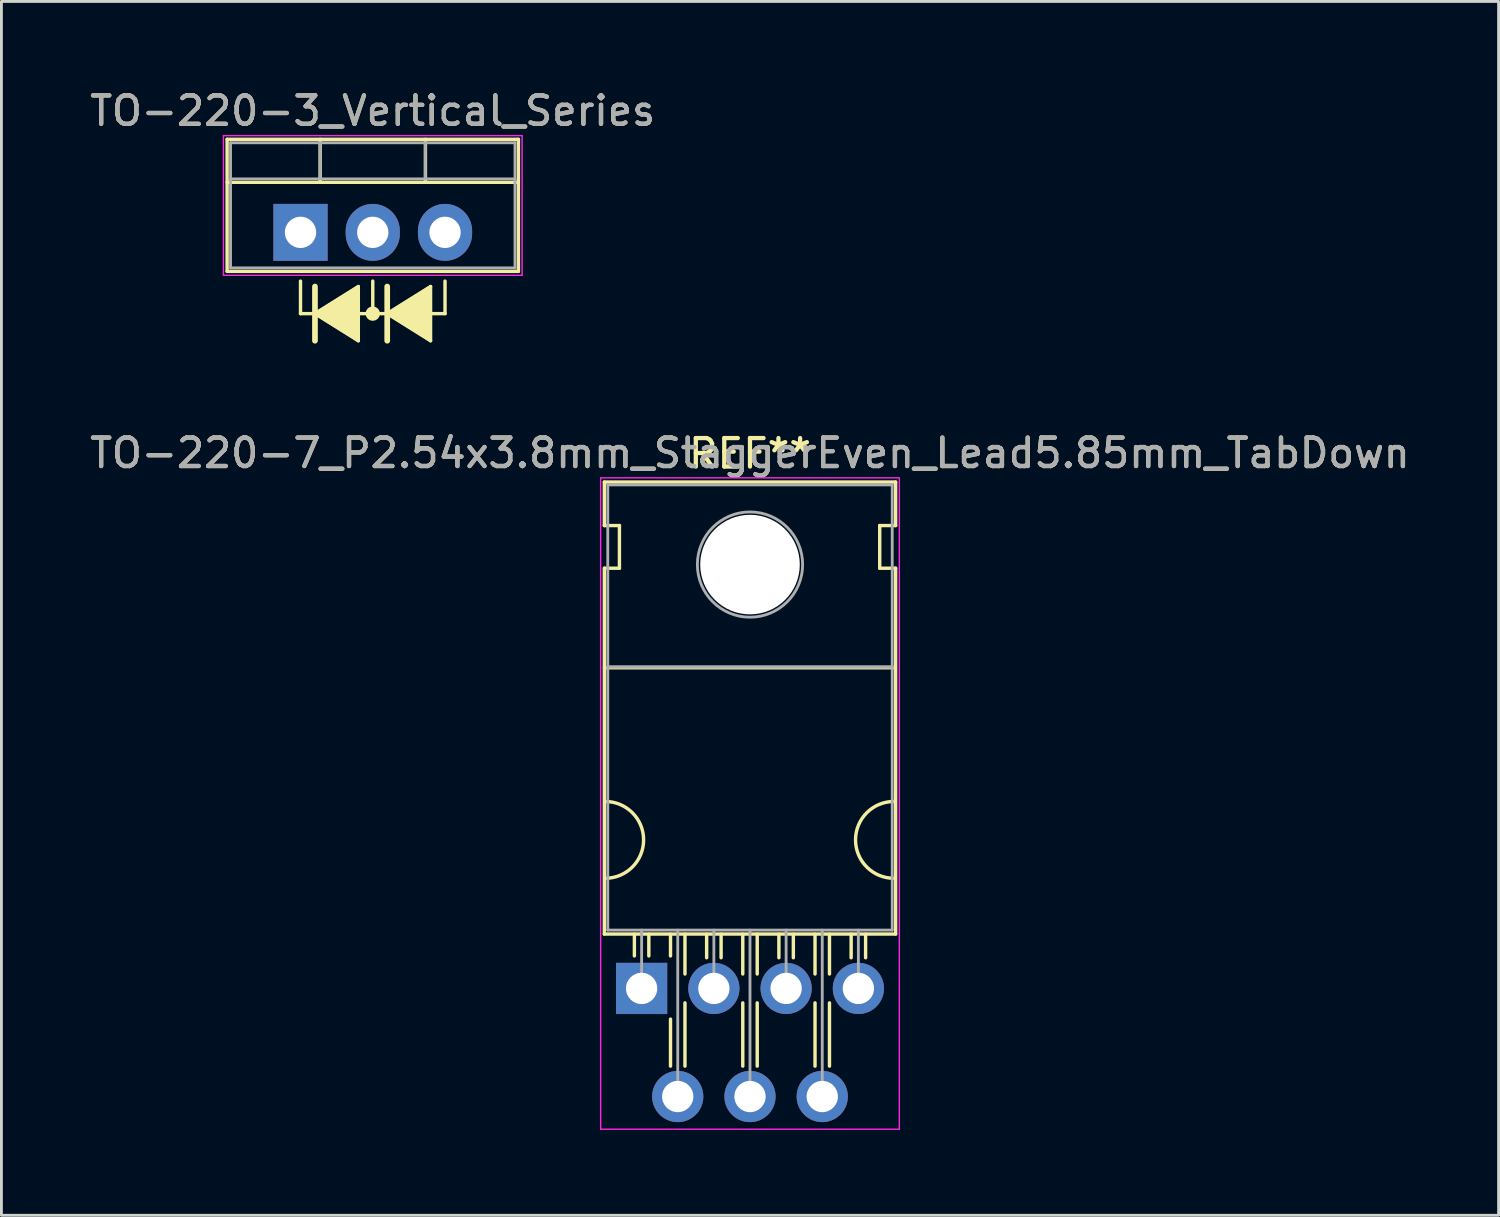
<source format=kicad_pcb>
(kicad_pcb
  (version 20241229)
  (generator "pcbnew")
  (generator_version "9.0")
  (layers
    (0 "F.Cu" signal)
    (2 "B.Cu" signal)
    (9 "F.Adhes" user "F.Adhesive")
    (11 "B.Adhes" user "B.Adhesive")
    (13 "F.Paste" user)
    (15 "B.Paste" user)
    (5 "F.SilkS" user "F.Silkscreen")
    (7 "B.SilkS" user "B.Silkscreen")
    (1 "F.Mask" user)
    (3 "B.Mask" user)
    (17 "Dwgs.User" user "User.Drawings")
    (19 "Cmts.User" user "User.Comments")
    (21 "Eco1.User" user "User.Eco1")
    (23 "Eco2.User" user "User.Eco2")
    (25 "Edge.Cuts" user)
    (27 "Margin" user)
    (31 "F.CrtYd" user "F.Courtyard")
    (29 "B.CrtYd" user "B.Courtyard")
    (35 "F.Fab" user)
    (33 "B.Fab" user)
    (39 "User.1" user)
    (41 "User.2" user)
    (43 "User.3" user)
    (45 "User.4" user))
  (footprint "TO-220-7_P2.54x3.8mm_StaggerEven_Lead5.85mm_TabDown"
    (layer "F.Cu")
    (at 19.505 31.697)
    (property "Reference" "TO-220-7_P2.54x3.8mm_StaggerEven_Lead5.85mm_TabDown" (at 3.81 -18.82 0) (layer "F.SilkS") (effects (font (size 1 1) (thickness 0.15))))
    (attr through_hole)
    (fp_line (start -1.31 -17.802) (end -1.31 -16.272) (stroke (width 0.12) (type solid)) (layer "F.SilkS"))
    (fp_line (start -1.31 -17.802) (end 8.93 -17.802) (stroke (width 0.12) (type solid)) (layer "F.SilkS"))
    (fp_line (start -1.31 -16.272) (end -0.78 -16.272) (stroke (width 0.12) (type solid)) (layer "F.SilkS"))
    (fp_line (start -1.31 -14.772) (end -1.31 -1.912) (stroke (width 0.12) (type solid)) (layer "F.SilkS"))
    (fp_line (start -1.31 -1.912) (end 8.93 -1.912) (stroke (width 0.12) (type solid)) (layer "F.SilkS"))
    (fp_line (start -1.305 -11.272) (end 8.92 -11.272) (stroke (width 0.12) (type solid)) (layer "F.SilkS"))
    (fp_line (start -0.78 -16.272) (end -0.78 -14.772) (stroke (width 0.12) (type solid)) (layer "F.SilkS"))
    (fp_line (start -0.78 -14.772) (end -1.305 -14.772) (stroke (width 0.12) (type solid)) (layer "F.SilkS"))
    (fp_line (start -0.254 -1.905) (end -0.254 -1.143) (stroke (width 0.12) (type solid)) (layer "F.SilkS"))
    (fp_line (start 0.254 -1.143) (end 0.254 -1.905) (stroke (width 0.12) (type solid)) (layer "F.SilkS"))
    (fp_line (start 1.016 -1.905) (end 1.016 -1.143) (stroke (width 0.12) (type solid)) (layer "F.SilkS"))
    (fp_line (start 1.016 1.079) (end 1.016 2.731) (stroke (width 0.12) (type solid)) (layer "F.SilkS"))
    (fp_line (start 1.524 -0.508) (end 1.524 -1.905) (stroke (width 0.12) (type solid)) (layer "F.SilkS"))
    (fp_line (start 1.524 2.731) (end 1.524 0.508) (stroke (width 0.12) (type solid)) (layer "F.SilkS"))
    (fp_line (start 2.286 -1.905) (end 2.286 -1.079) (stroke (width 0.12) (type solid)) (layer "F.SilkS"))
    (fp_line (start 2.794 -1.079) (end 2.794 -1.905) (stroke (width 0.12) (type solid)) (layer "F.SilkS"))
    (fp_line (start 3.556 -1.905) (end 3.556 -0.508) (stroke (width 0.12) (type solid)) (layer "F.SilkS"))
    (fp_line (start 3.556 0.508) (end 3.556 2.731) (stroke (width 0.12) (type solid)) (layer "F.SilkS"))
    (fp_line (start 4.064 -0.508) (end 4.064 -1.905) (stroke (width 0.12) (type solid)) (layer "F.SilkS"))
    (fp_line (start 4.064 2.731) (end 4.064 0.508) (stroke (width 0.12) (type solid)) (layer "F.SilkS"))
    (fp_line (start 4.826 -1.905) (end 4.826 -1.079) (stroke (width 0.12) (type solid)) (layer "F.SilkS"))
    (fp_line (start 5.334 -1.079) (end 5.334 -1.905) (stroke (width 0.12) (type solid)) (layer "F.SilkS"))
    (fp_line (start 6.096 -1.905) (end 6.096 -0.508) (stroke (width 0.12) (type solid)) (layer "F.SilkS"))
    (fp_line (start 6.096 0.508) (end 6.096 2.731) (stroke (width 0.12) (type solid)) (layer "F.SilkS"))
    (fp_line (start 6.604 -0.508) (end 6.604 -1.905) (stroke (width 0.12) (type solid)) (layer "F.SilkS"))
    (fp_line (start 6.604 2.731) (end 6.604 0.508) (stroke (width 0.12) (type solid)) (layer "F.SilkS"))
    (fp_line (start 7.366 -1.905) (end 7.366 -1.079) (stroke (width 0.12) (type solid)) (layer "F.SilkS"))
    (fp_line (start 7.874 -1.079) (end 7.874 -1.905) (stroke (width 0.12) (type solid)) (layer "F.SilkS"))
    (fp_line (start 8.37 -16.272) (end 8.93 -16.272) (stroke (width 0.12) (type solid)) (layer "F.SilkS"))
    (fp_line (start 8.37 -14.772) (end 8.37 -16.272) (stroke (width 0.12) (type solid)) (layer "F.SilkS"))
    (fp_line (start 8.93 -17.802) (end 8.93 -16.272) (stroke (width 0.12) (type solid)) (layer "F.SilkS"))
    (fp_line (start 8.93 -14.772) (end 8.37 -14.772) (stroke (width 0.12) (type solid)) (layer "F.SilkS"))
    (fp_line (start 8.93 -14.772) (end 8.93 -1.912) (stroke (width 0.12) (type solid)) (layer "F.SilkS"))
    (fp_arc (start -1.28 -6.572) (mid 0.07 -5.222) (end -1.28 -3.872) (stroke (width 0.12) (type solid)) (layer "F.SilkS"))
    (fp_arc (start 8.87 -3.872) (mid 7.52 -5.222) (end 8.87 -6.572) (stroke (width 0.12) (type solid)) (layer "F.SilkS"))
    (fp_line (start -1.44 -17.95) (end -1.44 4.95) (stroke (width 0.05) (type solid)) (layer "F.CrtYd"))
    (fp_line (start -1.44 4.95) (end 9.06 4.95) (stroke (width 0.05) (type solid)) (layer "F.CrtYd"))
    (fp_line (start 9.06 -17.95) (end -1.44 -17.95) (stroke (width 0.05) (type solid)) (layer "F.CrtYd"))
    (fp_line (start 9.06 4.95) (end 9.06 -17.95) (stroke (width 0.05) (type solid)) (layer "F.CrtYd"))
    (fp_line (start -1.19 -17.7) (end 8.81 -17.7) (stroke (width 0.1) (type solid)) (layer "F.Fab"))
    (fp_line (start -1.19 -11.3) (end -1.19 -17.7) (stroke (width 0.1) (type solid)) (layer "F.Fab"))
    (fp_line (start -1.19 -11.3) (end 8.81 -11.3) (stroke (width 0.1) (type solid)) (layer "F.Fab"))
    (fp_line (start -1.19 -2.05) (end -1.19 -11.3) (stroke (width 0.1) (type solid)) (layer "F.Fab"))
    (fp_line (start 0 -2.05) (end 0 0) (stroke (width 0.1) (type solid)) (layer "F.Fab"))
    (fp_line (start 1.27 -2.05) (end 1.27 3.8) (stroke (width 0.1) (type solid)) (layer "F.Fab"))
    (fp_line (start 2.54 -2.05) (end 2.54 0) (stroke (width 0.1) (type solid)) (layer "F.Fab"))
    (fp_line (start 3.81 -2.05) (end 3.81 3.8) (stroke (width 0.1) (type solid)) (layer "F.Fab"))
    (fp_line (start 5.08 -2.05) (end 5.08 0) (stroke (width 0.1) (type solid)) (layer "F.Fab"))
    (fp_line (start 6.35 -2.05) (end 6.35 3.8) (stroke (width 0.1) (type solid)) (layer "F.Fab"))
    (fp_line (start 7.62 -2.05) (end 7.62 0) (stroke (width 0.1) (type solid)) (layer "F.Fab"))
    (fp_line (start 8.81 -17.7) (end 8.81 -11.3) (stroke (width 0.1) (type solid)) (layer "F.Fab"))
    (fp_line (start 8.81 -11.3) (end -1.19 -11.3) (stroke (width 0.1) (type solid)) (layer "F.Fab"))
    (fp_line (start 8.81 -11.3) (end 8.81 -2.05) (stroke (width 0.1) (type solid)) (layer "F.Fab"))
    (fp_line (start 8.81 -2.05) (end -1.19 -2.05) (stroke (width 0.1) (type solid)) (layer "F.Fab"))
    (fp_circle (center 3.81 -14.9) (end 5.66 -14.9) (stroke (width 0.1) (type solid)) (fill no) (layer "F.Fab"))
    (fp_text user "REF**" (at 3.81 -18.802 0) (layer "F.SilkS") (effects (font (size 1 1) (thickness 0.15))))
    (fp_text user "${REFERENCE}" (at 3.81 -18.82 0) (layer "F.Fab") (effects (font (size 1 1) (thickness 0.15))))
    (pad "" np_thru_hole oval (at 3.81 -14.9) (size 3.5 3.5) (drill 3.5) (layers "*.Cu" "*.Mask"))
    (pad "1" thru_hole rect (at 0 0) (size 1.8 1.8) (drill 1.1) (layers "*.Cu" "*.Mask"))
    (pad "2" thru_hole oval (at 1.27 3.8) (size 1.8 1.8) (drill 1.1) (layers "*.Cu" "*.Mask"))
    (pad "3" thru_hole oval (at 2.54 0) (size 1.8 1.8) (drill 1.1) (layers "*.Cu" "*.Mask"))
    (pad "4" thru_hole oval (at 3.81 3.8) (size 1.8 1.8) (drill 1.1) (layers "*.Cu" "*.Mask"))
    (pad "5" thru_hole oval (at 5.08 0) (size 1.8 1.8) (drill 1.1) (layers "*.Cu" "*.Mask"))
    (pad "6" thru_hole oval (at 6.35 3.8) (size 1.8 1.8) (drill 1.1) (layers "*.Cu" "*.Mask"))
    (pad "7" thru_hole oval (at 7.62 0) (size 1.8 1.8) (drill 1.1) (layers "*.Cu" "*.Mask")))
  (footprint "TO-220-3_Vertical_Series"
    (layer "F.Cu")
    (at 7.514 5.118)
    (property "Reference" "TO-220-3_Vertical_Series" (at 2.54 -4.27 0) (layer "F.SilkS") (effects (font (size 1 1) (thickness 0.15))))
    (attr through_hole)
    (fp_line (start -2.58 -3.27) (end -2.58 1.371) (stroke (width 0.12) (type solid)) (layer "F.SilkS"))
    (fp_line (start -2.58 -3.27) (end 7.66 -3.27) (stroke (width 0.12) (type solid)) (layer "F.SilkS"))
    (fp_line (start -2.58 -1.76) (end 7.66 -1.76) (stroke (width 0.12) (type solid)) (layer "F.SilkS"))
    (fp_line (start -2.58 1.371) (end 7.66 1.371) (stroke (width 0.12) (type solid)) (layer "F.SilkS"))
    (fp_line (start 0 1.714) (end 0 2.857) (stroke (width 0.12) (type solid)) (layer "F.SilkS"))
    (fp_line (start 0 2.857) (end 0.508 2.857) (stroke (width 0.12) (type solid)) (layer "F.SilkS"))
    (fp_line (start 0.508 1.905) (end 0.508 3.81) (stroke (width 0.2) (type solid)) (layer "F.SilkS"))
    (fp_line (start 0.508 2.857) (end 2.032 1.905) (stroke (width 0.12) (type solid)) (layer "F.SilkS"))
    (fp_line (start 0.508 2.857) (end 2.032 3.81) (stroke (width 0.12) (type solid)) (layer "F.SilkS"))
    (fp_line (start 0.69 -3.27) (end 0.69 -1.76) (stroke (width 0.12) (type solid)) (layer "F.SilkS"))
    (fp_line (start 2.032 2.095) (end 2.032 1.905) (stroke (width 0.12) (type solid)) (layer "F.SilkS"))
    (fp_line (start 2.032 3.619) (end 2.032 2.095) (stroke (width 0.12) (type solid)) (layer "F.SilkS"))
    (fp_line (start 2.032 3.619) (end 2.032 3.81) (stroke (width 0.12) (type solid)) (layer "F.SilkS"))
    (fp_line (start 2.54 1.714) (end 2.54 2.857) (stroke (width 0.12) (type solid)) (layer "F.SilkS"))
    (fp_line (start 2.54 2.857) (end 2.032 2.857) (stroke (width 0.12) (type solid)) (layer "F.SilkS"))
    (fp_line (start 2.54 2.857) (end 3.048 2.857) (stroke (width 0.12) (type solid)) (layer "F.SilkS"))
    (fp_line (start 3.048 1.905) (end 3.048 3.81) (stroke (width 0.2) (type solid)) (layer "F.SilkS"))
    (fp_line (start 3.048 2.857) (end 4.572 3.81) (stroke (width 0.12) (type solid)) (layer "F.SilkS"))
    (fp_line (start 4.391 -3.27) (end 4.391 -1.76) (stroke (width 0.12) (type solid)) (layer "F.SilkS"))
    (fp_line (start 4.572 1.905) (end 3.048 2.857) (stroke (width 0.12) (type solid)) (layer "F.SilkS"))
    (fp_line (start 4.572 3.81) (end 4.572 1.905) (stroke (width 0.12) (type solid)) (layer "F.SilkS"))
    (fp_line (start 5.08 1.714) (end 5.08 2.857) (stroke (width 0.12) (type solid)) (layer "F.SilkS"))
    (fp_line (start 5.08 2.857) (end 4.572 2.857) (stroke (width 0.12) (type solid)) (layer "F.SilkS"))
    (fp_line (start 7.66 -3.27) (end 7.66 1.371) (stroke (width 0.12) (type solid)) (layer "F.SilkS"))
    (fp_circle (center 2.54 2.857) (end 2.54 2.921) (stroke (width 0.12) (type solid)) (fill no) (layer "F.SilkS"))
    (fp_circle (center 2.54 2.857) (end 2.54 2.985) (stroke (width 0.12) (type solid)) (fill no) (layer "F.SilkS"))
    (fp_circle (center 2.54 2.857) (end 2.54 3.048) (stroke (width 0.12) (type solid)) (fill no) (layer "F.SilkS"))
    (fp_poly (pts (xy 0.508 2.857) (xy 2.032 1.905) (xy 2.032 3.81)) (stroke (width 0.1) (type solid)) (fill yes) (layer "F.SilkS"))
    (fp_poly (pts (xy 4.572 3.81) (xy 3.048 2.857) (xy 4.572 1.905)) (stroke (width 0.1) (type solid)) (fill yes) (layer "F.SilkS"))
    (fp_line (start -2.71 -3.4) (end -2.71 1.51) (stroke (width 0.05) (type solid)) (layer "F.CrtYd"))
    (fp_line (start -2.71 1.51) (end 7.79 1.51) (stroke (width 0.05) (type solid)) (layer "F.CrtYd"))
    (fp_line (start 7.79 -3.4) (end -2.71 -3.4) (stroke (width 0.05) (type solid)) (layer "F.CrtYd"))
    (fp_line (start 7.79 1.51) (end 7.79 -3.4) (stroke (width 0.05) (type solid)) (layer "F.CrtYd"))
    (fp_line (start -2.46 -3.15) (end -2.46 1.25) (stroke (width 0.1) (type solid)) (layer "F.Fab"))
    (fp_line (start -2.46 -1.88) (end 7.54 -1.88) (stroke (width 0.1) (type solid)) (layer "F.Fab"))
    (fp_line (start -2.46 1.25) (end 7.54 1.25) (stroke (width 0.1) (type solid)) (layer "F.Fab"))
    (fp_line (start 0.69 -3.15) (end 0.69 -1.88) (stroke (width 0.1) (type solid)) (layer "F.Fab"))
    (fp_line (start 4.39 -3.15) (end 4.39 -1.88) (stroke (width 0.1) (type solid)) (layer "F.Fab"))
    (fp_line (start 7.54 -3.15) (end -2.46 -3.15) (stroke (width 0.1) (type solid)) (layer "F.Fab"))
    (fp_line (start 7.54 1.25) (end 7.54 -3.15) (stroke (width 0.1) (type solid)) (layer "F.Fab"))
    (fp_text user "${REFERENCE}" (at 2.54 -4.27 0) (layer "F.Fab") (effects (font (size 1 1) (thickness 0.15))))
    (pad "1" thru_hole rect (at 0 0) (size 1.905 2) (drill 1.1) (layers "*.Cu" "*.Mask"))
    (pad "2" thru_hole oval (at 2.54 0) (size 1.905 2) (drill 1.1) (layers "*.Cu" "*.Mask"))
    (pad "3" thru_hole oval (at 5.08 0) (size 1.905 2) (drill 1.1) (layers "*.Cu" "*.Mask")))
  (gr_rect
    (start -3 -3)
    (end 49.631 39.672)
    (stroke (width 0.1) (type default))
    (fill no)
    (layer "Edge.Cuts")))
</source>
